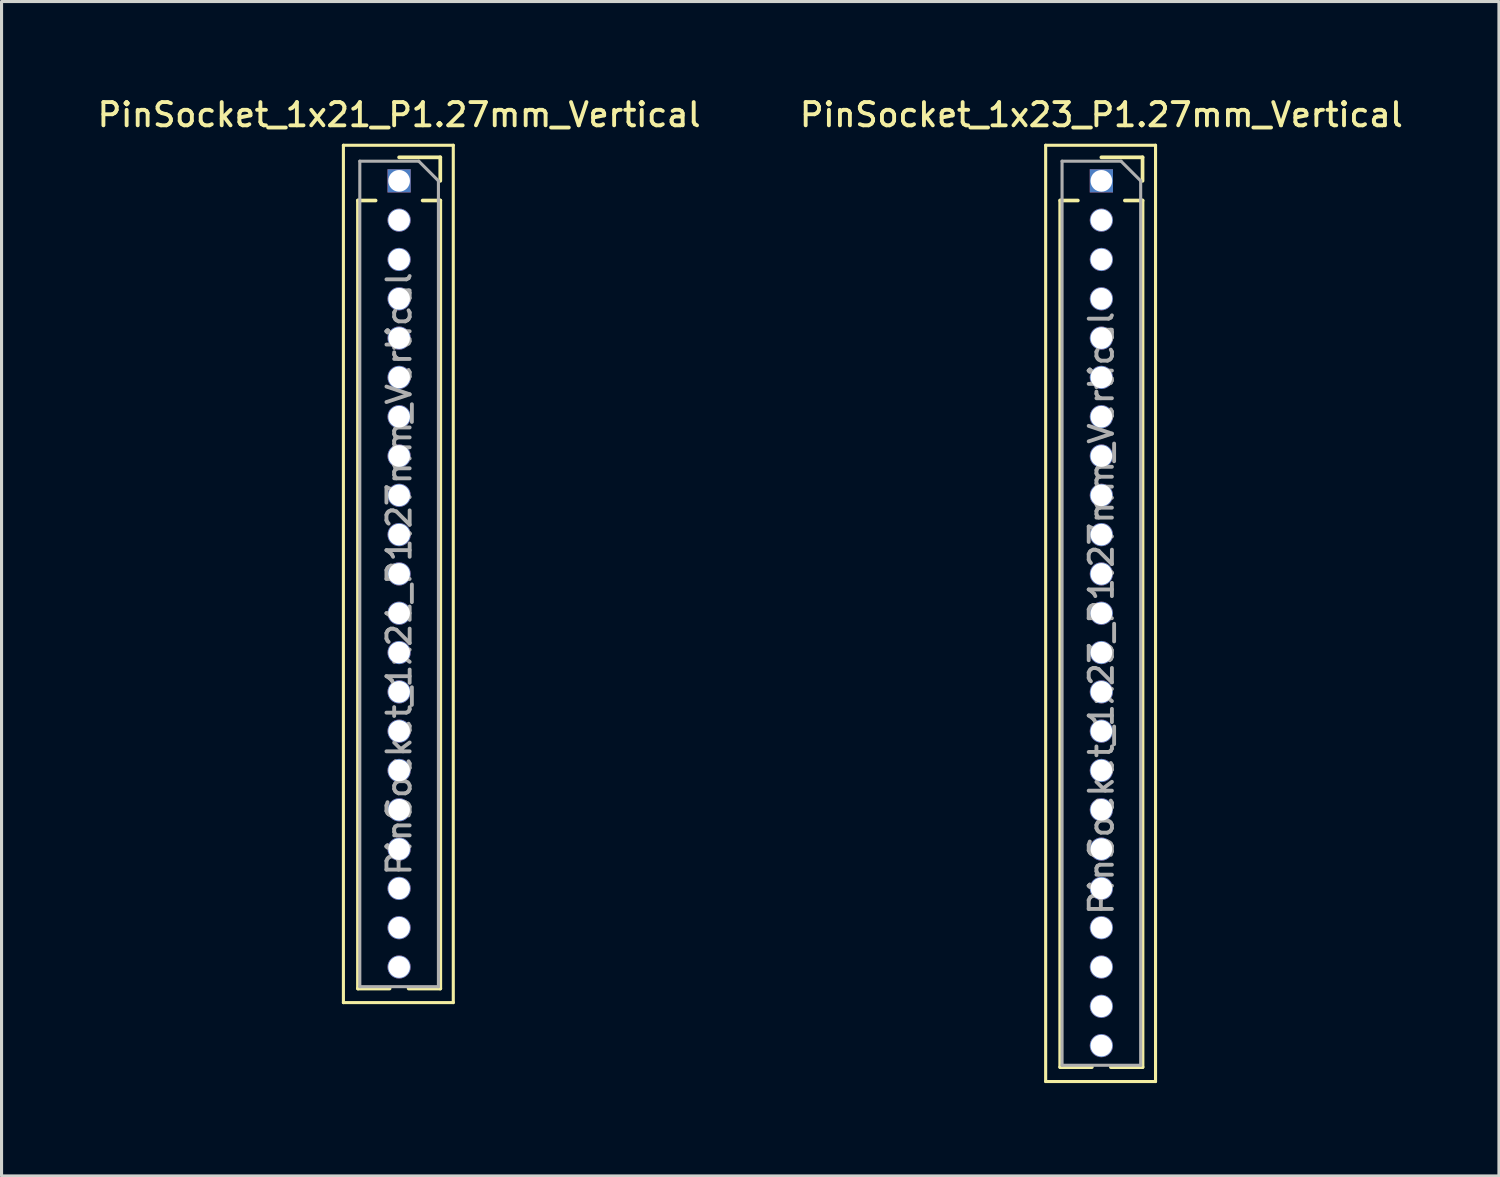
<source format=kicad_pcb>
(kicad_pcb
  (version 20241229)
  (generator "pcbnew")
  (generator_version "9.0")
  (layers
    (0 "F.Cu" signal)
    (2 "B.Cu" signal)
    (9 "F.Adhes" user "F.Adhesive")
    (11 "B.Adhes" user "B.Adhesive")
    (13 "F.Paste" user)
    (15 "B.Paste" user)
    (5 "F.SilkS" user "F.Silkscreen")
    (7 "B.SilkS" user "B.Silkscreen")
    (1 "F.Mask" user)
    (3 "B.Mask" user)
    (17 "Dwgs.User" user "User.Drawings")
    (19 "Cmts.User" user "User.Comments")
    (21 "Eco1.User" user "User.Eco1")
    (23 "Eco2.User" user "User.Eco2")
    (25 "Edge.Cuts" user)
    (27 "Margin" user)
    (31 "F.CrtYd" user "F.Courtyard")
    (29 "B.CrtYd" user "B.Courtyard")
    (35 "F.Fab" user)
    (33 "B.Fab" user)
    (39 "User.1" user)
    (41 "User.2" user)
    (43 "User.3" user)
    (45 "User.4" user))
  (footprint "PinSocket_1x21_P1.27mm_Vertical"
    (layer "F.Cu")
    (at 9.845 2.793)
    (property "Reference" "PinSocket_1x21_P1.27mm_Vertical" (at 0 -2.135 0) (layer "F.SilkS") (effects (font (size 0.75 0.75) (thickness 0.125))))
    (attr through_hole)
    (fp_line (start -1.8 -1.15) (end 1.75 -1.15) (stroke (width 0.1) (type solid)) (layer "F.SilkS"))
    (fp_line (start -1.8 26.55) (end -1.8 -1.15) (stroke (width 0.1) (type solid)) (layer "F.SilkS"))
    (fp_line (start -1.33 0.635) (end -1.33 26.095) (stroke (width 0.12) (type solid)) (layer "F.SilkS"))
    (fp_line (start -1.33 0.635) (end -0.76 0.635) (stroke (width 0.12) (type solid)) (layer "F.SilkS"))
    (fp_line (start -1.33 26.095) (end -0.308 26.095) (stroke (width 0.12) (type solid)) (layer "F.SilkS"))
    (fp_line (start 0 -0.76) (end 1.33 -0.76) (stroke (width 0.12) (type solid)) (layer "F.SilkS"))
    (fp_line (start 0.308 26.095) (end 1.33 26.095) (stroke (width 0.12) (type solid)) (layer "F.SilkS"))
    (fp_line (start 0.76 0.635) (end 1.33 0.635) (stroke (width 0.12) (type solid)) (layer "F.SilkS"))
    (fp_line (start 1.33 -0.76) (end 1.33 0) (stroke (width 0.12) (type solid)) (layer "F.SilkS"))
    (fp_line (start 1.33 0.635) (end 1.33 26.095) (stroke (width 0.12) (type solid)) (layer "F.SilkS"))
    (fp_line (start 1.75 -1.15) (end 1.75 26.55) (stroke (width 0.1) (type solid)) (layer "F.SilkS"))
    (fp_line (start 1.75 26.55) (end -1.8 26.55) (stroke (width 0.1) (type solid)) (layer "F.SilkS"))
    (fp_line (start -1.27 -0.635) (end 0.635 -0.635) (stroke (width 0.1) (type solid)) (layer "F.Fab"))
    (fp_line (start -1.27 26.035) (end -1.27 -0.635) (stroke (width 0.1) (type solid)) (layer "F.Fab"))
    (fp_line (start 0.635 -0.635) (end 1.27 0) (stroke (width 0.1) (type solid)) (layer "F.Fab"))
    (fp_line (start 1.27 0) (end 1.27 26.035) (stroke (width 0.1) (type solid)) (layer "F.Fab"))
    (fp_line (start 1.27 26.035) (end -1.27 26.035) (stroke (width 0.1) (type solid)) (layer "F.Fab"))
    (fp_text user "${REFERENCE}" (at 0 12.7 90) (layer "F.Fab") (effects (font (size 0.75 0.75) (thickness 0.125))))
    (pad "1" thru_hole rect (at 0 0) (size 0.75 0.75) (drill 0.7) (layers "*.Cu" "*.Mask"))
    (pad "2" thru_hole oval (at 0 1.27) (size 0.75 0.75) (drill 0.7) (layers "*.Cu" "*.Mask"))
    (pad "3" thru_hole oval (at 0 2.54) (size 0.75 0.75) (drill 0.7) (layers "*.Cu" "*.Mask"))
    (pad "4" thru_hole oval (at 0 3.81) (size 0.75 0.75) (drill 0.7) (layers "*.Cu" "*.Mask"))
    (pad "5" thru_hole oval (at 0 5.08) (size 0.75 0.75) (drill 0.7) (layers "*.Cu" "*.Mask"))
    (pad "6" thru_hole oval (at 0 6.35) (size 0.75 0.75) (drill 0.7) (layers "*.Cu" "*.Mask"))
    (pad "7" thru_hole oval (at 0 7.62) (size 0.75 0.75) (drill 0.7) (layers "*.Cu" "*.Mask"))
    (pad "8" thru_hole oval (at 0 8.89) (size 0.75 0.75) (drill 0.7) (layers "*.Cu" "*.Mask"))
    (pad "9" thru_hole oval (at 0 10.16) (size 0.75 0.75) (drill 0.7) (layers "*.Cu" "*.Mask"))
    (pad "10" thru_hole oval (at 0 11.43) (size 0.75 0.75) (drill 0.7) (layers "*.Cu" "*.Mask"))
    (pad "11" thru_hole oval (at 0 12.7) (size 0.75 0.75) (drill 0.7) (layers "*.Cu" "*.Mask"))
    (pad "12" thru_hole oval (at 0 13.97) (size 0.75 0.75) (drill 0.7) (layers "*.Cu" "*.Mask"))
    (pad "13" thru_hole oval (at 0 15.24) (size 0.75 0.75) (drill 0.7) (layers "*.Cu" "*.Mask"))
    (pad "14" thru_hole oval (at 0 16.51) (size 0.75 0.75) (drill 0.7) (layers "*.Cu" "*.Mask"))
    (pad "15" thru_hole oval (at 0 17.78) (size 0.75 0.75) (drill 0.7) (layers "*.Cu" "*.Mask"))
    (pad "16" thru_hole oval (at 0 19.05) (size 0.75 0.75) (drill 0.7) (layers "*.Cu" "*.Mask"))
    (pad "17" thru_hole oval (at 0 20.32) (size 0.75 0.75) (drill 0.7) (layers "*.Cu" "*.Mask"))
    (pad "18" thru_hole oval (at 0 21.59) (size 0.75 0.75) (drill 0.7) (layers "*.Cu" "*.Mask"))
    (pad "19" thru_hole oval (at 0 22.86) (size 0.75 0.75) (drill 0.7) (layers "*.Cu" "*.Mask"))
    (pad "20" thru_hole oval (at 0 24.13) (size 0.75 0.75) (drill 0.7) (layers "*.Cu" "*.Mask"))
    (pad "21" thru_hole oval (at 0 25.4) (size 0.75 0.75) (drill 0.7) (layers "*.Cu" "*.Mask")))
  (footprint "PinSocket_1x23_P1.27mm_Vertical"
    (layer "F.Cu")
    (at 32.534 2.793)
    (property "Reference" "PinSocket_1x23_P1.27mm_Vertical" (at 0 -2.135 0) (layer "F.SilkS") (effects (font (size 0.75 0.75) (thickness 0.125))))
    (attr through_hole)
    (fp_line (start -1.8 -1.15) (end 1.75 -1.15) (stroke (width 0.1) (type solid)) (layer "F.SilkS"))
    (fp_line (start -1.8 29.1) (end -1.8 -1.15) (stroke (width 0.1) (type solid)) (layer "F.SilkS"))
    (fp_line (start -1.33 0.635) (end -1.33 28.635) (stroke (width 0.12) (type solid)) (layer "F.SilkS"))
    (fp_line (start -1.33 0.635) (end -0.76 0.635) (stroke (width 0.12) (type solid)) (layer "F.SilkS"))
    (fp_line (start -1.33 28.635) (end -0.308 28.635) (stroke (width 0.12) (type solid)) (layer "F.SilkS"))
    (fp_line (start 0 -0.76) (end 1.33 -0.76) (stroke (width 0.12) (type solid)) (layer "F.SilkS"))
    (fp_line (start 0.308 28.635) (end 1.33 28.635) (stroke (width 0.12) (type solid)) (layer "F.SilkS"))
    (fp_line (start 0.76 0.635) (end 1.33 0.635) (stroke (width 0.12) (type solid)) (layer "F.SilkS"))
    (fp_line (start 1.33 -0.76) (end 1.33 0) (stroke (width 0.12) (type solid)) (layer "F.SilkS"))
    (fp_line (start 1.33 0.635) (end 1.33 28.635) (stroke (width 0.12) (type solid)) (layer "F.SilkS"))
    (fp_line (start 1.75 -1.15) (end 1.75 29.1) (stroke (width 0.1) (type solid)) (layer "F.SilkS"))
    (fp_line (start 1.75 29.1) (end -1.8 29.1) (stroke (width 0.1) (type solid)) (layer "F.SilkS"))
    (fp_line (start -1.27 -0.635) (end 0.635 -0.635) (stroke (width 0.1) (type solid)) (layer "F.Fab"))
    (fp_line (start -1.27 28.575) (end -1.27 -0.635) (stroke (width 0.1) (type solid)) (layer "F.Fab"))
    (fp_line (start 0.635 -0.635) (end 1.27 0) (stroke (width 0.1) (type solid)) (layer "F.Fab"))
    (fp_line (start 1.27 0) (end 1.27 28.575) (stroke (width 0.1) (type solid)) (layer "F.Fab"))
    (fp_line (start 1.27 28.575) (end -1.27 28.575) (stroke (width 0.1) (type solid)) (layer "F.Fab"))
    (fp_text user "${REFERENCE}" (at 0 13.97 90) (layer "F.Fab") (effects (font (size 0.75 0.75) (thickness 0.125))))
    (pad "1" thru_hole rect (at 0 0) (size 0.75 0.75) (drill 0.7) (layers "*.Cu" "*.Mask"))
    (pad "2" thru_hole oval (at 0 1.27) (size 0.75 0.75) (drill 0.7) (layers "*.Cu" "*.Mask"))
    (pad "3" thru_hole oval (at 0 2.54) (size 0.75 0.75) (drill 0.7) (layers "*.Cu" "*.Mask"))
    (pad "4" thru_hole oval (at 0 3.81) (size 0.75 0.75) (drill 0.7) (layers "*.Cu" "*.Mask"))
    (pad "5" thru_hole oval (at 0 5.08) (size 0.75 0.75) (drill 0.7) (layers "*.Cu" "*.Mask"))
    (pad "6" thru_hole oval (at 0 6.35) (size 0.75 0.75) (drill 0.7) (layers "*.Cu" "*.Mask"))
    (pad "7" thru_hole oval (at 0 7.62) (size 0.75 0.75) (drill 0.7) (layers "*.Cu" "*.Mask"))
    (pad "8" thru_hole oval (at 0 8.89) (size 0.75 0.75) (drill 0.7) (layers "*.Cu" "*.Mask"))
    (pad "9" thru_hole oval (at 0 10.16) (size 0.75 0.75) (drill 0.7) (layers "*.Cu" "*.Mask"))
    (pad "10" thru_hole oval (at 0 11.43) (size 0.75 0.75) (drill 0.7) (layers "*.Cu" "*.Mask"))
    (pad "11" thru_hole oval (at 0 12.7) (size 0.75 0.75) (drill 0.7) (layers "*.Cu" "*.Mask"))
    (pad "12" thru_hole oval (at 0 13.97) (size 0.75 0.75) (drill 0.7) (layers "*.Cu" "*.Mask"))
    (pad "13" thru_hole oval (at 0 15.24) (size 0.75 0.75) (drill 0.7) (layers "*.Cu" "*.Mask"))
    (pad "14" thru_hole oval (at 0 16.51) (size 0.75 0.75) (drill 0.7) (layers "*.Cu" "*.Mask"))
    (pad "15" thru_hole oval (at 0 17.78) (size 0.75 0.75) (drill 0.7) (layers "*.Cu" "*.Mask"))
    (pad "16" thru_hole oval (at 0 19.05) (size 0.75 0.75) (drill 0.7) (layers "*.Cu" "*.Mask"))
    (pad "17" thru_hole oval (at 0 20.32) (size 0.75 0.75) (drill 0.7) (layers "*.Cu" "*.Mask"))
    (pad "18" thru_hole oval (at 0 21.59) (size 0.75 0.75) (drill 0.7) (layers "*.Cu" "*.Mask"))
    (pad "19" thru_hole oval (at 0 22.86) (size 0.75 0.75) (drill 0.7) (layers "*.Cu" "*.Mask"))
    (pad "20" thru_hole oval (at 0 24.13) (size 0.75 0.75) (drill 0.7) (layers "*.Cu" "*.Mask"))
    (pad "21" thru_hole oval (at 0 25.4) (size 0.75 0.75) (drill 0.7) (layers "*.Cu" "*.Mask"))
    (pad "22" thru_hole oval (at 0 26.67) (size 0.75 0.75) (drill 0.7) (layers "*.Cu" "*.Mask"))
    (pad "23" thru_hole oval (at 0 27.94) (size 0.75 0.75) (drill 0.7) (layers "*.Cu" "*.Mask")))
  (gr_rect
    (start -3 -3)
    (end 45.379 34.943)
    (stroke (width 0.1) (type default))
    (fill no)
    (layer "Edge.Cuts")))
</source>
